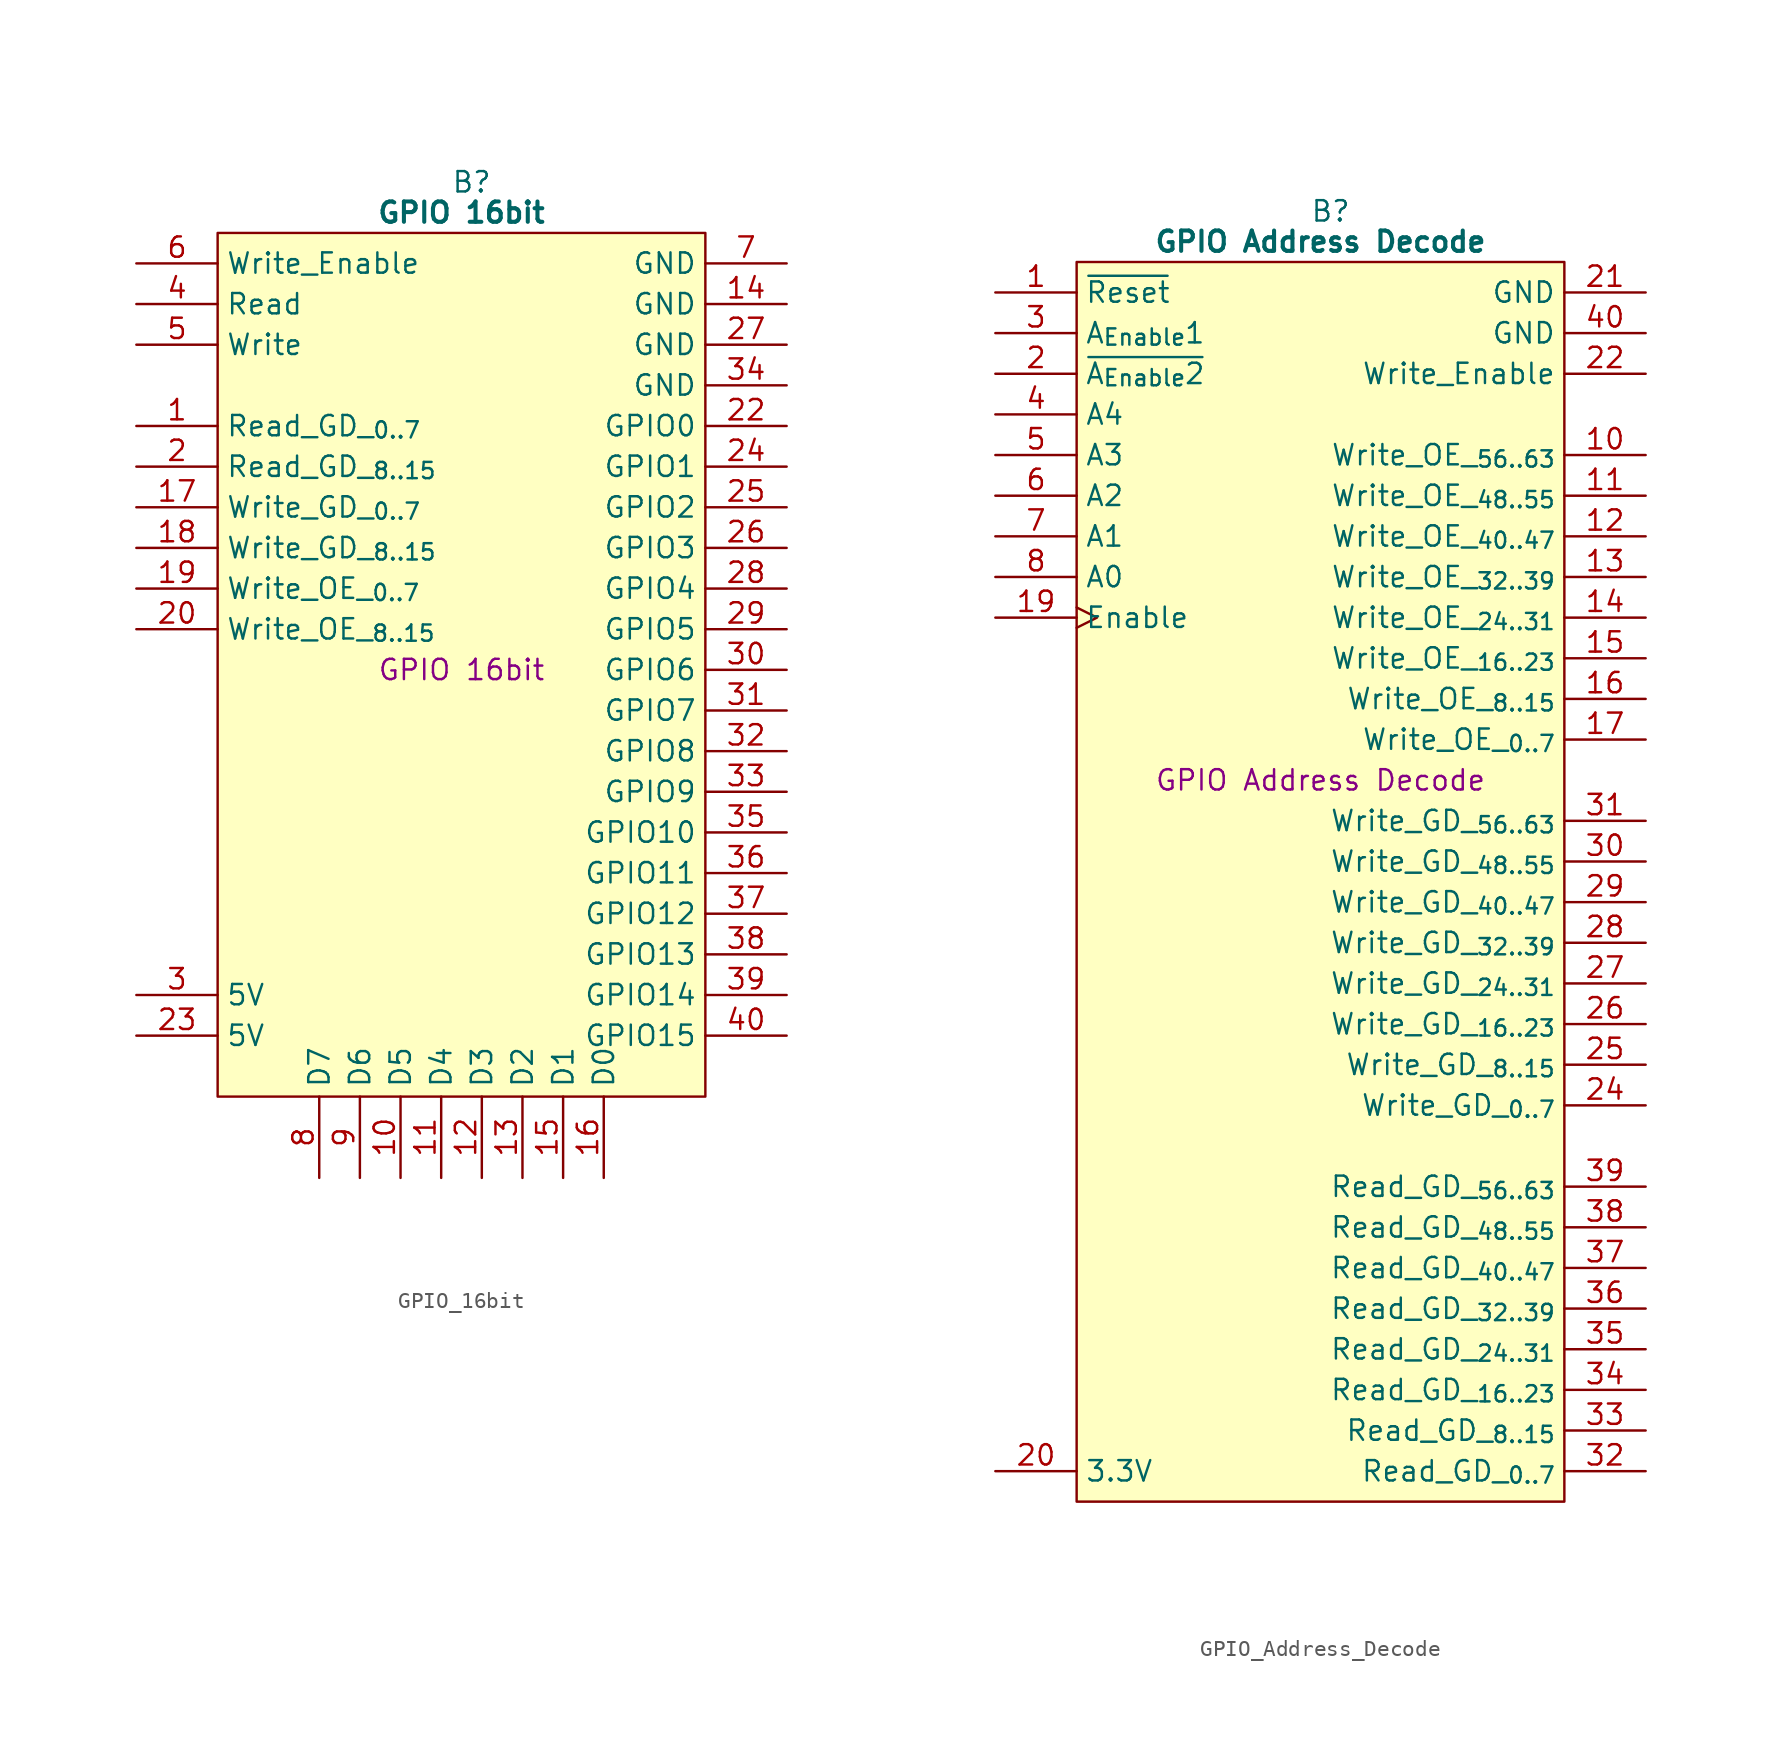
<source format=kicad_sym>
(kicad_symbol_lib
  (version 20241209)
  (generator "kicad_symbol_editor")
  (generator_version "9.0")
  (symbol "GPIO_16bit"
    (property "Reference" "B"
      (at 15.875 5.08 0)
      (effects (font (size 1.27 1.27))))
    (property "Value" "GPIO 16bit"
      (at 15.24 3.175 0)
      (effects (font (size 1.27 1.27) (bold yes))))
    (property "Description" "GPIO 16bit"
      (at 15.24 -25.4 0)
      (effects (font (size 1.27 1.27))))
    (symbol "GPIO_16bit_0_1"
      (polyline (pts (xy 0 1.905) (xy 30.48 1.905) (xy 30.48 -52.07) (xy 0 -52.07) (xy 0 1.905)) (stroke (width 0.152) (type default)) (fill (type background))))
    (symbol "GPIO_16bit_1_0"
      (pin passive line (at 35.56 -7.62 180) (length 5.08) (name "GND" (effects (font (size 1.27 1.27)))) (number "34" (effects (font (size 1.27 1.27)))))
      (pin tri_state line (at 35.56 -30.48 180) (length 5.08) (name "GPIO8" (effects (font (size 1.27 1.27)))) (number "32" (effects (font (size 1.27 1.27)))))
      (pin tri_state line (at 35.56 -33.02 180) (length 5.08) (name "GPIO9" (effects (font (size 1.27 1.27)))) (number "33" (effects (font (size 1.27 1.27)))))
      (pin tri_state line (at 35.56 -35.56 180) (length 5.08) (name "GPIO10" (effects (font (size 1.27 1.27)))) (number "35" (effects (font (size 1.27 1.27)))))
      (pin tri_state line (at 35.56 -38.1 180) (length 5.08) (name "GPIO11" (effects (font (size 1.27 1.27)))) (number "36" (effects (font (size 1.27 1.27)))))
      (pin tri_state line (at 35.56 -40.64 180) (length 5.08) (name "GPIO12" (effects (font (size 1.27 1.27)))) (number "37" (effects (font (size 1.27 1.27)))))
      (pin tri_state line (at 35.56 -43.18 180) (length 5.08) (name "GPIO13" (effects (font (size 1.27 1.27)))) (number "38" (effects (font (size 1.27 1.27)))))
      (pin tri_state line (at 35.56 -45.72 180) (length 5.08) (name "GPIO14" (effects (font (size 1.27 1.27)))) (number "39" (effects (font (size 1.27 1.27))))))
    (symbol "GPIO_16bit_1_1"
      (pin input line (at -5.08 0 0) (length 5.08) (name "Write_Enable" (effects (font (size 1.27 1.27)))) (number "6" (effects (font (size 1.27 1.27)))))
      (pin input line (at -5.08 -2.54 0) (length 5.08) (name "Read" (effects (font (size 1.27 1.27)))) (number "4" (effects (font (size 1.27 1.27)))))
      (pin input line (at -5.08 -5.08 0) (length 5.08) (name "Write" (effects (font (size 1.27 1.27)))) (number "5" (effects (font (size 1.27 1.27)))))
      (pin input line (at -5.08 -10.16 0) (length 5.08) (name "Read_GD__{0..7}" (effects (font (size 1.27 1.27)))) (number "1" (effects (font (size 1.27 1.27)))))
      (pin input line (at -5.08 -12.7 0) (length 5.08) (name "Read_GD__{8..15}" (effects (font (size 1.27 1.27)))) (number "2" (effects (font (size 1.27 1.27)))))
      (pin input line (at -5.08 -15.24 0) (length 5.08) (name "Write_GD__{0..7}" (effects (font (size 1.27 1.27)))) (number "17" (effects (font (size 1.27 1.27)))))
      (pin input line (at -5.08 -17.78 0) (length 5.08) (name "Write_GD__{8..15}" (effects (font (size 1.27 1.27)))) (number "18" (effects (font (size 1.27 1.27)))))
      (pin input line (at -5.08 -20.32 0) (length 5.08) (name "Write_OE__{0..7}" (effects (font (size 1.27 1.27)))) (number "19" (effects (font (size 1.27 1.27)))))
      (pin input line (at -5.08 -22.86 0) (length 5.08) (name "Write_OE__{8..15}" (effects (font (size 1.27 1.27)))) (number "20" (effects (font (size 1.27 1.27)))))
      (pin no_connect line (at -5.08 -43.18 0) (length 5.08) (hide yes) (name "N.C." (effects (font (size 1.27 1.27)))) (number "21" (effects (font (size 1.27 1.27)))))
      (pin passive line (at -5.08 -45.72 0) (length 5.08) (name "5V" (effects (font (size 1.27 1.27)))) (number "3" (effects (font (size 1.27 1.27)))))
      (pin passive line (at -5.08 -48.26 0) (length 5.08) (name "5V" (effects (font (size 1.27 1.27)))) (number "23" (effects (font (size 1.27 1.27)))))
      (pin tri_state line (at 6.35 -57.15 90) (length 5.08) (name "D7" (effects (font (size 1.27 1.27)))) (number "8" (effects (font (size 1.27 1.27)))))
      (pin tri_state line (at 8.89 -57.15 90) (length 5.08) (name "D6" (effects (font (size 1.27 1.27)))) (number "9" (effects (font (size 1.27 1.27)))))
      (pin tri_state line (at 11.43 -57.15 90) (length 5.08) (name "D5" (effects (font (size 1.27 1.27)))) (number "10" (effects (font (size 1.27 1.27)))))
      (pin tri_state line (at 13.97 -57.15 90) (length 5.08) (name "D4" (effects (font (size 1.27 1.27)))) (number "11" (effects (font (size 1.27 1.27)))))
      (pin tri_state line (at 16.51 -57.15 90) (length 5.08) (name "D3" (effects (font (size 1.27 1.27)))) (number "12" (effects (font (size 1.27 1.27)))))
      (pin tri_state line (at 19.05 -57.15 90) (length 5.08) (name "D2" (effects (font (size 1.27 1.27)))) (number "13" (effects (font (size 1.27 1.27)))))
      (pin tri_state line (at 21.59 -57.15 90) (length 5.08) (name "D1" (effects (font (size 1.27 1.27)))) (number "15" (effects (font (size 1.27 1.27)))))
      (pin tri_state line (at 24.13 -57.15 90) (length 5.08) (name "D0" (effects (font (size 1.27 1.27)))) (number "16" (effects (font (size 1.27 1.27)))))
      (pin passive line (at 35.56 0 180) (length 5.08) (name "GND" (effects (font (size 1.27 1.27)))) (number "7" (effects (font (size 1.27 1.27)))))
      (pin passive line (at 35.56 -2.54 180) (length 5.08) (name "GND" (effects (font (size 1.27 1.27)))) (number "14" (effects (font (size 1.27 1.27)))))
      (pin passive line (at 35.56 -5.08 180) (length 5.08) (name "GND" (effects (font (size 1.27 1.27)))) (number "27" (effects (font (size 1.27 1.27)))))
      (pin tri_state line (at 35.56 -10.16 180) (length 5.08) (name "GPIO0" (effects (font (size 1.27 1.27)))) (number "22" (effects (font (size 1.27 1.27)))))
      (pin tri_state line (at 35.56 -12.7 180) (length 5.08) (name "GPIO1" (effects (font (size 1.27 1.27)))) (number "24" (effects (font (size 1.27 1.27)))))
      (pin tri_state line (at 35.56 -15.24 180) (length 5.08) (name "GPIO2" (effects (font (size 1.27 1.27)))) (number "25" (effects (font (size 1.27 1.27)))))
      (pin tri_state line (at 35.56 -17.78 180) (length 5.08) (name "GPIO3" (effects (font (size 1.27 1.27)))) (number "26" (effects (font (size 1.27 1.27)))))
      (pin tri_state line (at 35.56 -20.32 180) (length 5.08) (name "GPIO4" (effects (font (size 1.27 1.27)))) (number "28" (effects (font (size 1.27 1.27)))))
      (pin tri_state line (at 35.56 -22.86 180) (length 5.08) (name "GPIO5" (effects (font (size 1.27 1.27)))) (number "29" (effects (font (size 1.27 1.27)))))
      (pin tri_state line (at 35.56 -25.4 180) (length 5.08) (name "GPIO6" (effects (font (size 1.27 1.27)))) (number "30" (effects (font (size 1.27 1.27)))))
      (pin tri_state line (at 35.56 -27.94 180) (length 5.08) (name "GPIO7" (effects (font (size 1.27 1.27)))) (number "31" (effects (font (size 1.27 1.27)))))
      (pin tri_state line (at 35.56 -48.26 180) (length 5.08) (name "GPIO15" (effects (font (size 1.27 1.27)))) (number "40" (effects (font (size 1.27 1.27)))))))
  (symbol "GPIO_Address_Decode"
    (property "Reference" "B"
      (at 15.875 5.08 0)
      (effects (font (size 1.27 1.27))))
    (property "Value" "GPIO Address Decode"
      (at 15.24 3.175 0)
      (effects (font (size 1.27 1.27) (bold yes))))
    (property "Description" "GPIO Address Decode"
      (at 15.24 -30.48 0)
      (effects (font (size 1.27 1.27))))
    (symbol "GPIO_Address_Decode_0_1"
      (polyline (pts (xy 0 1.905) (xy 30.48 1.905) (xy 30.48 -75.565) (xy 0 -75.565) (xy 0 1.905)) (stroke (width 0.152) (type default)) (fill (type background))))
    (symbol "GPIO_Address_Decode_1_0"
      (pin output line (at 35.56 -55.88 180) (length 5.08) (name "Read_GD__{56..63}" (effects (font (size 1.27 1.27)))) (number "39" (effects (font (size 1.27 1.27)))))
      (pin output line (at 35.56 -58.42 180) (length 5.08) (name "Read_GD__{48..55}" (effects (font (size 1.27 1.27)))) (number "38" (effects (font (size 1.27 1.27)))))
      (pin output line (at 35.56 -60.96 180) (length 5.08) (name "Read_GD__{40..47}" (effects (font (size 1.27 1.27)))) (number "37" (effects (font (size 1.27 1.27)))))
      (pin output line (at 35.56 -63.5 180) (length 5.08) (name "Read_GD__{32..39}" (effects (font (size 1.27 1.27)))) (number "36" (effects (font (size 1.27 1.27)))))
      (pin output line (at 35.56 -66.04 180) (length 5.08) (name "Read_GD__{24..31}" (effects (font (size 1.27 1.27)))) (number "35" (effects (font (size 1.27 1.27)))))
      (pin output line (at 35.56 -68.58 180) (length 5.08) (name "Read_GD__{16..23}" (effects (font (size 1.27 1.27)))) (number "34" (effects (font (size 1.27 1.27)))))
      (pin output line (at 35.56 -71.12 180) (length 5.08) (name "Read_GD__{8..15}" (effects (font (size 1.27 1.27)))) (number "33" (effects (font (size 1.27 1.27)))))
      (pin output line (at 35.56 -73.66 180) (length 5.08) (name "Read_GD__{0..7}" (effects (font (size 1.27 1.27)))) (number "32" (effects (font (size 1.27 1.27))))))
    (symbol "GPIO_Address_Decode_1_1"
      (pin input line (at -5.08 0 0) (length 5.08) (name "~{Reset}" (effects (font (size 1.27 1.27)))) (number "1" (effects (font (size 1.27 1.27)))))
      (pin input line (at -5.08 -2.54 0) (length 5.08) (name "A_{Enable}1" (effects (font (size 1.27 1.27)))) (number "3" (effects (font (size 1.27 1.27)))))
      (pin input line (at -5.08 -5.08 0) (length 5.08) (name "~{A_{Enable}2}" (effects (font (size 1.27 1.27)))) (number "2" (effects (font (size 1.27 1.27)))))
      (pin input line (at -5.08 -7.62 0) (length 5.08) (name "A4" (effects (font (size 1.27 1.27)))) (number "4" (effects (font (size 1.27 1.27)))))
      (pin input line (at -5.08 -10.16 0) (length 5.08) (name "A3" (effects (font (size 1.27 1.27)))) (number "5" (effects (font (size 1.27 1.27)))))
      (pin input line (at -5.08 -12.7 0) (length 5.08) (name "A2" (effects (font (size 1.27 1.27)))) (number "6" (effects (font (size 1.27 1.27)))))
      (pin input line (at -5.08 -15.24 0) (length 5.08) (name "A1" (effects (font (size 1.27 1.27)))) (number "7" (effects (font (size 1.27 1.27)))))
      (pin input line (at -5.08 -17.78 0) (length 5.08) (name "A0" (effects (font (size 1.27 1.27)))) (number "8" (effects (font (size 1.27 1.27)))))
      (pin input clock (at -5.08 -20.32 0) (length 5.08) (name "Enable" (effects (font (size 1.27 1.27)))) (number "19" (effects (font (size 1.27 1.27)))))
      (pin no_connect line (at -5.08 -66.04 0) (length 5.08) (hide yes) (name "N.C." (effects (font (size 1.27 1.27)))) (number "9" (effects (font (size 1.27 1.27)))))
      (pin no_connect line (at -5.08 -68.58 0) (length 5.08) (hide yes) (name "N.C." (effects (font (size 1.27 1.27)))) (number "18" (effects (font (size 1.27 1.27)))))
      (pin no_connect line (at -5.08 -71.12 0) (length 5.08) (hide yes) (name "N.C." (effects (font (size 1.27 1.27)))) (number "23" (effects (font (size 1.27 1.27)))))
      (pin passive line (at -5.08 -73.66 0) (length 5.08) (name "3.3V" (effects (font (size 1.27 1.27)))) (number "20" (effects (font (size 1.27 1.27)))))
      (pin passive line (at 35.56 0 180) (length 5.08) (name "GND" (effects (font (size 1.27 1.27)))) (number "21" (effects (font (size 1.27 1.27)))))
      (pin passive line (at 35.56 -2.54 180) (length 5.08) (name "GND" (effects (font (size 1.27 1.27)))) (number "40" (effects (font (size 1.27 1.27)))))
      (pin output line (at 35.56 -5.08 180) (length 5.08) (name "Write_Enable" (effects (font (size 1.27 1.27)))) (number "22" (effects (font (size 1.27 1.27)))))
      (pin output line (at 35.56 -10.16 180) (length 5.08) (name "Write_OE__{56..63}" (effects (font (size 1.27 1.27)))) (number "10" (effects (font (size 1.27 1.27)))))
      (pin output line (at 35.56 -12.7 180) (length 5.08) (name "Write_OE__{48..55}" (effects (font (size 1.27 1.27)))) (number "11" (effects (font (size 1.27 1.27)))))
      (pin output line (at 35.56 -15.24 180) (length 5.08) (name "Write_OE__{40..47}" (effects (font (size 1.27 1.27)))) (number "12" (effects (font (size 1.27 1.27)))))
      (pin output line (at 35.56 -17.78 180) (length 5.08) (name "Write_OE__{32..39}" (effects (font (size 1.27 1.27)))) (number "13" (effects (font (size 1.27 1.27)))))
      (pin output line (at 35.56 -20.32 180) (length 5.08) (name "Write_OE__{24..31}" (effects (font (size 1.27 1.27)))) (number "14" (effects (font (size 1.27 1.27)))))
      (pin output line (at 35.56 -22.86 180) (length 5.08) (name "Write_OE__{16..23}" (effects (font (size 1.27 1.27)))) (number "15" (effects (font (size 1.27 1.27)))))
      (pin output line (at 35.56 -25.4 180) (length 5.08) (name "Write_OE__{8..15}" (effects (font (size 1.27 1.27)))) (number "16" (effects (font (size 1.27 1.27)))))
      (pin output line (at 35.56 -27.94 180) (length 5.08) (name "Write_OE__{0..7}" (effects (font (size 1.27 1.27)))) (number "17" (effects (font (size 1.27 1.27)))))
      (pin output line (at 35.56 -33.02 180) (length 5.08) (name "Write_GD__{56..63}" (effects (font (size 1.27 1.27)))) (number "31" (effects (font (size 1.27 1.27)))))
      (pin output line (at 35.56 -35.56 180) (length 5.08) (name "Write_GD__{48..55}" (effects (font (size 1.27 1.27)))) (number "30" (effects (font (size 1.27 1.27)))))
      (pin output line (at 35.56 -38.1 180) (length 5.08) (name "Write_GD__{40..47}" (effects (font (size 1.27 1.27)))) (number "29" (effects (font (size 1.27 1.27)))))
      (pin output line (at 35.56 -40.64 180) (length 5.08) (name "Write_GD__{32..39}" (effects (font (size 1.27 1.27)))) (number "28" (effects (font (size 1.27 1.27)))))
      (pin output line (at 35.56 -43.18 180) (length 5.08) (name "Write_GD__{24..31}" (effects (font (size 1.27 1.27)))) (number "27" (effects (font (size 1.27 1.27)))))
      (pin output line (at 35.56 -45.72 180) (length 5.08) (name "Write_GD__{16..23}" (effects (font (size 1.27 1.27)))) (number "26" (effects (font (size 1.27 1.27)))))
      (pin output line (at 35.56 -48.26 180) (length 5.08) (name "Write_GD__{8..15}" (effects (font (size 1.27 1.27)))) (number "25" (effects (font (size 1.27 1.27)))))
      (pin output line (at 35.56 -50.8 180) (length 5.08) (name "Write_GD__{0..7}" (effects (font (size 1.27 1.27)))) (number "24" (effects (font (size 1.27 1.27))))))))
</source>
